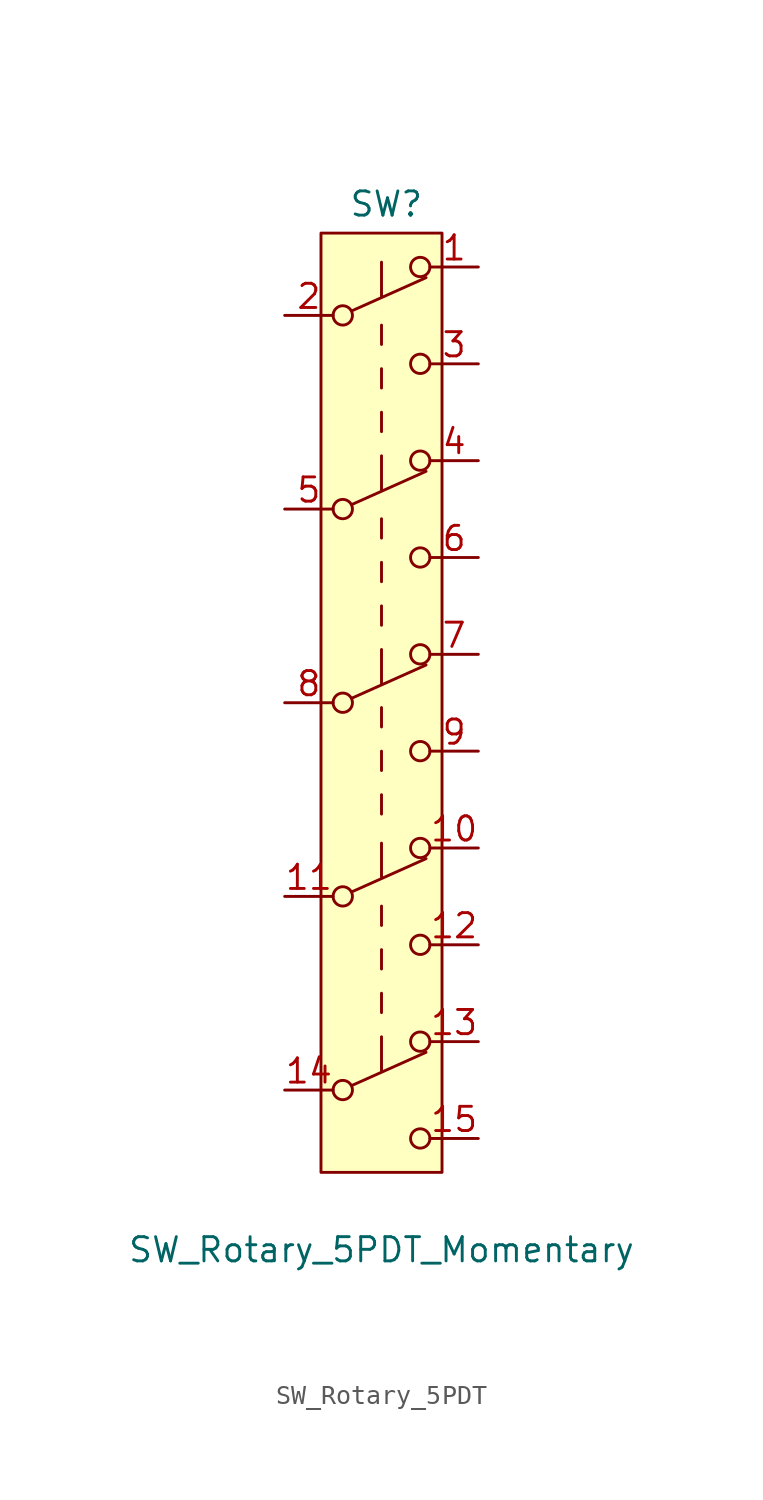
<source format=kicad_sym>
(kicad_symbol_lib
  (version 20241209)
  (generator "kicad_symbol_editor")
  (generator_version "9.0")
  (symbol "SW_Rotary_5PDT"
    (pin_names
      (offset 0)
      (hide yes))
    (property "Reference" "SW"
      (at 0.254 41.402 0)
      (effects (font (size 1.27 1.27))))
    (property "Value" "SW_Rotary_5PDT_Momentary"
      (at 0 -13.462 0)
      (effects (font (size 1.27 1.27))))
    (symbol "SW_Rotary_5PDT_0_0"
      (circle (center -2.032 35.56) (radius 0.508) (stroke (width 0) (type default)) (fill (type none)))
      (circle (center -2.032 25.4) (radius 0.508) (stroke (width 0) (type default)) (fill (type none)))
      (circle (center -2.032 15.24) (radius 0.508) (stroke (width 0) (type default)) (fill (type none)))
      (circle (center -2.032 5.08) (radius 0.508) (stroke (width 0) (type default)) (fill (type none)))
      (circle (center -2.032 -5.08) (radius 0.508) (stroke (width 0) (type default)) (fill (type none)))
      (circle (center 2.032 33.02) (radius 0.508) (stroke (width 0) (type default)) (fill (type none)))
      (circle (center 2.032 22.86) (radius 0.508) (stroke (width 0) (type default)) (fill (type none)))
      (circle (center 2.032 12.7) (radius 0.508) (stroke (width 0) (type default)) (fill (type none)))
      (circle (center 2.032 2.54) (radius 0.508) (stroke (width 0) (type default)) (fill (type none)))
      (circle (center 2.032 -7.62) (radius 0.508) (stroke (width 0) (type default)) (fill (type none))))
    (symbol "SW_Rotary_5PDT_0_1"
      (polyline (pts (xy -1.524 35.814) (xy 2.337 37.541)) (stroke (width 0) (type default)) (fill (type none)))
      (polyline (pts (xy -1.524 25.654) (xy 2.337 27.381)) (stroke (width 0) (type default)) (fill (type none)))
      (polyline (pts (xy -1.524 15.494) (xy 2.337 17.221)) (stroke (width 0) (type default)) (fill (type none)))
      (polyline (pts (xy -1.524 5.334) (xy 2.337 7.061)) (stroke (width 0) (type default)) (fill (type none)))
      (polyline (pts (xy -1.524 -4.826) (xy 2.337 -3.099)) (stroke (width 0) (type default)) (fill (type none)))
      (polyline (pts (xy 0 38.354) (xy 0 36.576)) (stroke (width 0) (type default)) (fill (type none)))
      (polyline (pts (xy 0 34.036) (xy 0 35.052)) (stroke (width 0) (type default)) (fill (type none)))
      (polyline (pts (xy 0 31.75) (xy 0 32.766)) (stroke (width 0) (type default)) (fill (type none)))
      (polyline (pts (xy 0 29.464) (xy 0 30.48)) (stroke (width 0) (type default)) (fill (type none)))
      (polyline (pts (xy 0 28.194) (xy 0 26.416)) (stroke (width 0) (type default)) (fill (type none)))
      (polyline (pts (xy 0 23.876) (xy 0 24.892)) (stroke (width 0) (type default)) (fill (type none)))
      (polyline (pts (xy 0 21.59) (xy 0 22.606)) (stroke (width 0) (type default)) (fill (type none)))
      (polyline (pts (xy 0 19.304) (xy 0 20.32)) (stroke (width 0) (type default)) (fill (type none)))
      (polyline (pts (xy 0 18.034) (xy 0 16.256)) (stroke (width 0) (type default)) (fill (type none)))
      (polyline (pts (xy 0 13.97) (xy 0 14.986)) (stroke (width 0) (type default)) (fill (type none)))
      (polyline (pts (xy 0 11.684) (xy 0 12.7)) (stroke (width 0) (type default)) (fill (type none)))
      (polyline (pts (xy 0 9.398) (xy 0 10.414)) (stroke (width 0) (type default)) (fill (type none)))
      (polyline (pts (xy 0 7.874) (xy 0 6.096)) (stroke (width 0) (type default)) (fill (type none)))
      (polyline (pts (xy 0 3.556) (xy 0 4.572)) (stroke (width 0) (type default)) (fill (type none)))
      (polyline (pts (xy 0 1.27) (xy 0 2.286)) (stroke (width 0) (type default)) (fill (type none)))
      (polyline (pts (xy 0 -1.016) (xy 0 0)) (stroke (width 0) (type default)) (fill (type none)))
      (polyline (pts (xy 0 -2.286) (xy 0 -4.064)) (stroke (width 0) (type default)) (fill (type none)))
      (circle (center 2.032 38.1) (radius 0.508) (stroke (width 0) (type default)) (fill (type none)))
      (circle (center 2.032 27.94) (radius 0.508) (stroke (width 0) (type default)) (fill (type none)))
      (circle (center 2.032 17.78) (radius 0.508) (stroke (width 0) (type default)) (fill (type none)))
      (circle (center 2.032 7.62) (radius 0.508) (stroke (width 0) (type default)) (fill (type none)))
      (circle (center 2.032 -2.54) (radius 0.508) (stroke (width 0) (type default)) (fill (type none))))
    (symbol "SW_Rotary_5PDT_1_1"
      (rectangle (start -3.175 39.878) (end 3.175 -9.398) (stroke (width 0) (type default)) (fill (type background)))
      (pin passive line (at -5.08 35.56 0) (length 2.54) (name "B" (effects (font (size 1.27 1.27)))) (number "2" (effects (font (size 1.27 1.27)))))
      (pin passive line (at -5.08 25.4 0) (length 2.54) (name "B" (effects (font (size 1.27 1.27)))) (number "5" (effects (font (size 1.27 1.27)))))
      (pin passive line (at -5.08 15.24 0) (length 2.54) (name "B" (effects (font (size 1.27 1.27)))) (number "8" (effects (font (size 1.27 1.27)))))
      (pin passive line (at -5.08 5.08 0) (length 2.54) (name "B" (effects (font (size 1.27 1.27)))) (number "11" (effects (font (size 1.27 1.27)))))
      (pin passive line (at -5.08 -5.08 0) (length 2.54) (name "B" (effects (font (size 1.27 1.27)))) (number "14" (effects (font (size 1.27 1.27)))))
      (pin passive line (at 5.08 38.1 180) (length 2.54) (name "A" (effects (font (size 1.27 1.27)))) (number "1" (effects (font (size 1.27 1.27)))))
      (pin passive line (at 5.08 33.02 180) (length 2.54) (name "C" (effects (font (size 1.27 1.27)))) (number "3" (effects (font (size 1.27 1.27)))))
      (pin passive line (at 5.08 27.94 180) (length 2.54) (name "A" (effects (font (size 1.27 1.27)))) (number "4" (effects (font (size 1.27 1.27)))))
      (pin passive line (at 5.08 22.86 180) (length 2.54) (name "C" (effects (font (size 1.27 1.27)))) (number "6" (effects (font (size 1.27 1.27)))))
      (pin passive line (at 5.08 17.78 180) (length 2.54) (name "A" (effects (font (size 1.27 1.27)))) (number "7" (effects (font (size 1.27 1.27)))))
      (pin passive line (at 5.08 12.7 180) (length 2.54) (name "C" (effects (font (size 1.27 1.27)))) (number "9" (effects (font (size 1.27 1.27)))))
      (pin passive line (at 5.08 7.62 180) (length 2.54) (name "A" (effects (font (size 1.27 1.27)))) (number "10" (effects (font (size 1.27 1.27)))))
      (pin passive line (at 5.08 2.54 180) (length 2.54) (name "C" (effects (font (size 1.27 1.27)))) (number "12" (effects (font (size 1.27 1.27)))))
      (pin passive line (at 5.08 -2.54 180) (length 2.54) (name "A" (effects (font (size 1.27 1.27)))) (number "13" (effects (font (size 1.27 1.27)))))
      (pin passive line (at 5.08 -7.62 180) (length 2.54) (name "C" (effects (font (size 1.27 1.27)))) (number "15" (effects (font (size 1.27 1.27))))))))
</source>
